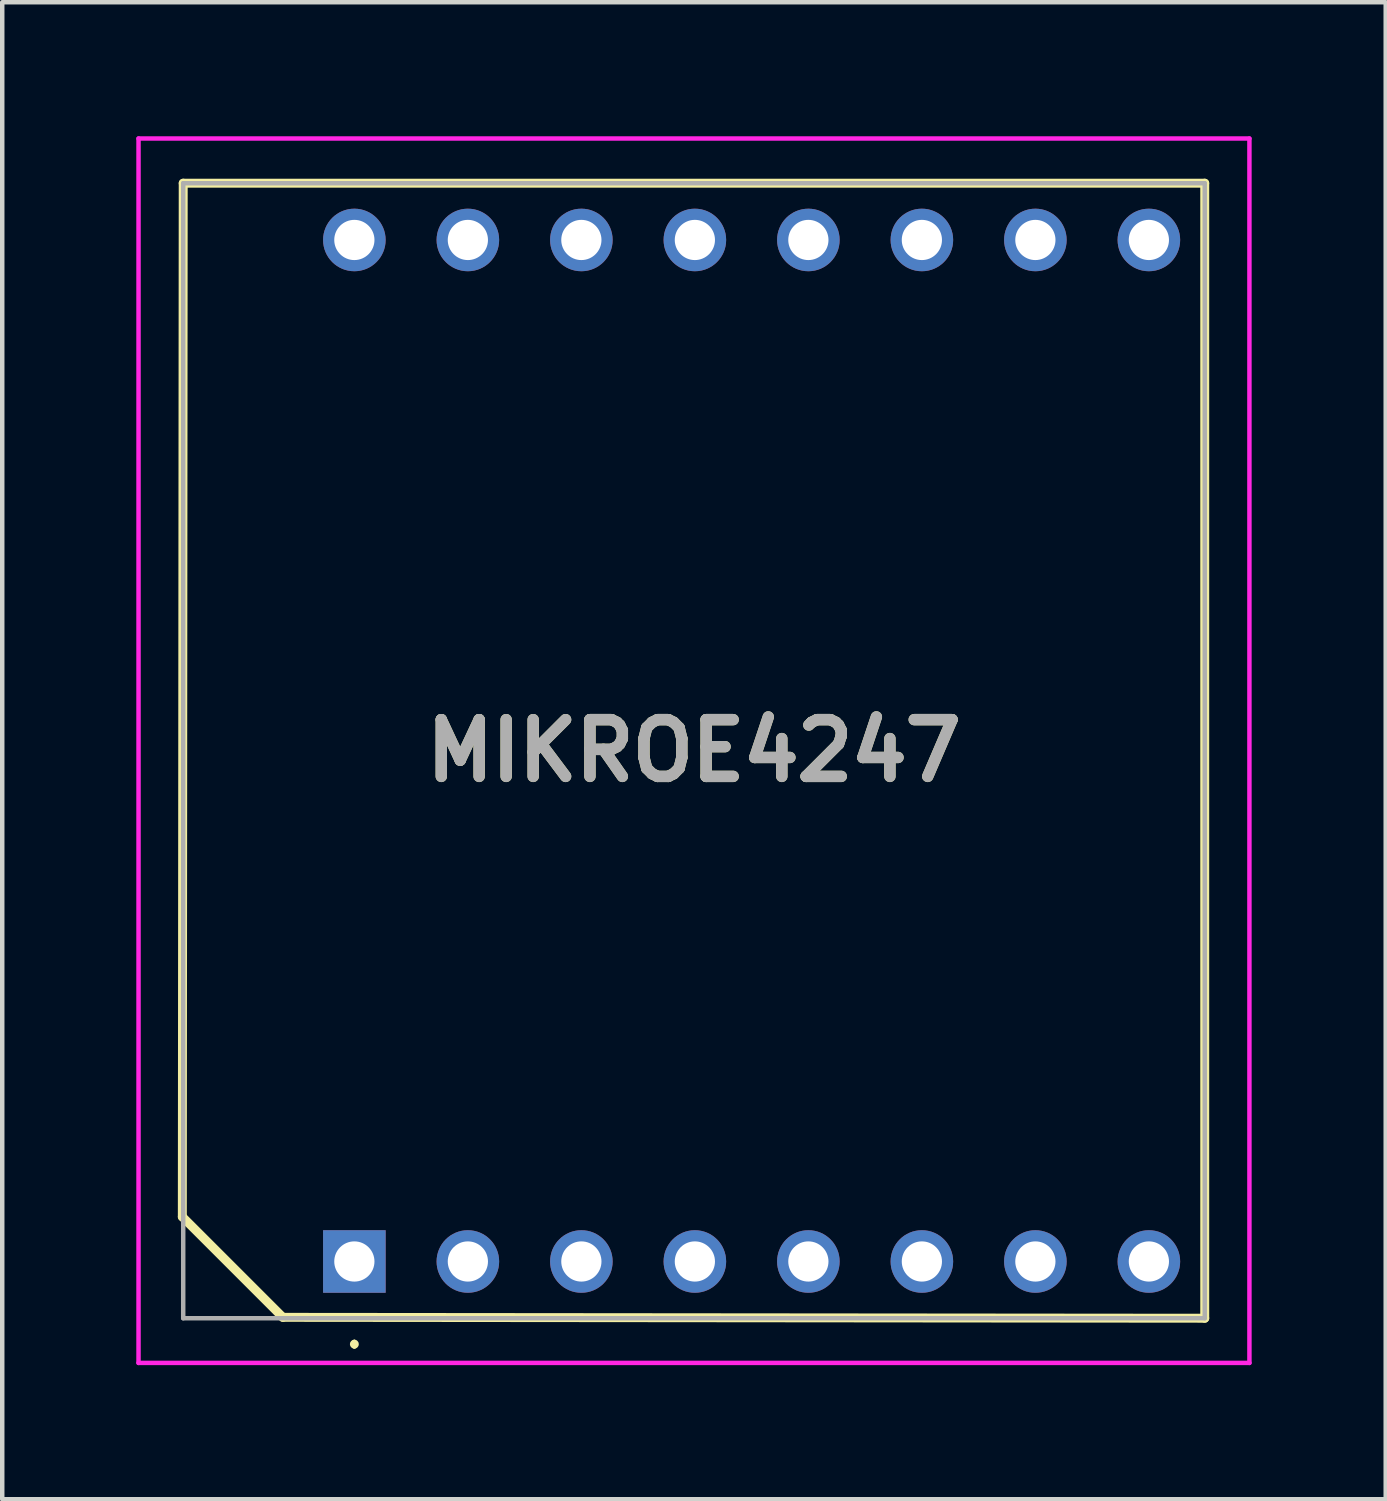
<source format=kicad_pcb>
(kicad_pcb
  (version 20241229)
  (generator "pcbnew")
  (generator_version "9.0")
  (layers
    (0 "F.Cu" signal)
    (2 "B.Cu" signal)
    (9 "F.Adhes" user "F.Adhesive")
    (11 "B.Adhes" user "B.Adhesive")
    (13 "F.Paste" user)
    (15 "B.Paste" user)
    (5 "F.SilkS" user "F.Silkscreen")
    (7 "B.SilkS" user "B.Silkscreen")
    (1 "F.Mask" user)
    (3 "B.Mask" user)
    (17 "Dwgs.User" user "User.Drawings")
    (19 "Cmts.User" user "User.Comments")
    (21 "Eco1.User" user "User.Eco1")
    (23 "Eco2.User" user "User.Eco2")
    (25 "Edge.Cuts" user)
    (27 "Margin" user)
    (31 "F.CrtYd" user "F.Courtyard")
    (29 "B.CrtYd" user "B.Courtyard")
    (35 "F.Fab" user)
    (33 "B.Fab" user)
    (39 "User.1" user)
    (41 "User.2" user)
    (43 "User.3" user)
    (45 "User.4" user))
  (footprint "MIKROE4247"
    (layer "F.Cu")
    (at 4.88 25.18)
    (property "Reference" "MIKROE4247" (at 7.6 -11.43 0) (layer "F.SilkS") (effects (font (size 1.27 1.27) (thickness 0.254))))
    (attr through_hole)
    (fp_line (start -3.85 -1) (end -3.83 -24.13) (stroke (width 0.2) (type solid)) (layer "F.SilkS"))
    (fp_line (start -3.85 -1) (end -1.6 1.25) (stroke (width 0.2) (type default)) (layer "F.SilkS"))
    (fp_line (start -3.83 -24.13) (end 19.03 -24.13) (stroke (width 0.2) (type solid)) (layer "F.SilkS"))
    (fp_line (start 0 1.8) (end 0 1.8) (stroke (width 0.1) (type solid)) (layer "F.SilkS"))
    (fp_line (start 0 1.9) (end 0 1.9) (stroke (width 0.1) (type solid)) (layer "F.SilkS"))
    (fp_line (start 19.03 -24.13) (end 19.03 1.27) (stroke (width 0.2) (type solid)) (layer "F.SilkS"))
    (fp_line (start 19.03 1.27) (end -1.6 1.25) (stroke (width 0.2) (type solid)) (layer "F.SilkS"))
    (fp_arc (start 0 1.8) (mid 0.05 1.85) (end 0 1.9) (stroke (width 0.1) (type solid)) (layer "F.SilkS"))
    (fp_arc (start 0 1.9) (mid -0.05 1.85) (end 0 1.8) (stroke (width 0.1) (type solid)) (layer "F.SilkS"))
    (fp_line (start -4.83 -25.13) (end 20.03 -25.13) (stroke (width 0.1) (type solid)) (layer "F.CrtYd"))
    (fp_line (start -4.83 2.27) (end -4.83 -25.13) (stroke (width 0.1) (type solid)) (layer "F.CrtYd"))
    (fp_line (start 20.03 -25.13) (end 20.03 2.27) (stroke (width 0.1) (type solid)) (layer "F.CrtYd"))
    (fp_line (start 20.03 2.27) (end -4.83 2.27) (stroke (width 0.1) (type solid)) (layer "F.CrtYd"))
    (fp_line (start -3.83 -24.13) (end 19.03 -24.13) (stroke (width 0.1) (type solid)) (layer "F.Fab"))
    (fp_line (start -3.83 1.27) (end -3.83 -24.13) (stroke (width 0.1) (type solid)) (layer "F.Fab"))
    (fp_line (start 19.03 -24.13) (end 19.03 1.27) (stroke (width 0.1) (type solid)) (layer "F.Fab"))
    (fp_line (start 19.03 1.27) (end -3.83 1.27) (stroke (width 0.1) (type solid)) (layer "F.Fab"))
    (fp_text user "${REFERENCE}" (at 7.6 -11.43 0) (layer "F.Fab") (effects (font (size 1.27 1.27) (thickness 0.254))))
    (pad "1" thru_hole rect (at 0 0) (size 1.4 1.4) (drill 0.9) (layers "*.Cu" "*.Mask"))
    (pad "2" thru_hole circle (at 2.54 0) (size 1.4 1.4) (drill 0.9) (layers "*.Cu" "*.Mask"))
    (pad "3" thru_hole circle (at 5.08 0) (size 1.4 1.4) (drill 0.9) (layers "*.Cu" "*.Mask"))
    (pad "4" thru_hole circle (at 7.62 0) (size 1.4 1.4) (drill 0.9) (layers "*.Cu" "*.Mask"))
    (pad "5" thru_hole circle (at 10.16 0) (size 1.4 1.4) (drill 0.9) (layers "*.Cu" "*.Mask"))
    (pad "6" thru_hole circle (at 12.7 0) (size 1.4 1.4) (drill 0.9) (layers "*.Cu" "*.Mask"))
    (pad "7" thru_hole circle (at 15.24 0) (size 1.4 1.4) (drill 0.9) (layers "*.Cu" "*.Mask"))
    (pad "8" thru_hole circle (at 17.78 0) (size 1.4 1.4) (drill 0.9) (layers "*.Cu" "*.Mask"))
    (pad "9" thru_hole circle (at 17.78 -22.86) (size 1.4 1.4) (drill 0.9) (layers "*.Cu" "*.Mask"))
    (pad "10" thru_hole circle (at 15.24 -22.86) (size 1.4 1.4) (drill 0.9) (layers "*.Cu" "*.Mask"))
    (pad "11" thru_hole circle (at 12.7 -22.86) (size 1.4 1.4) (drill 0.9) (layers "*.Cu" "*.Mask"))
    (pad "12" thru_hole circle (at 10.16 -22.86) (size 1.4 1.4) (drill 0.9) (layers "*.Cu" "*.Mask"))
    (pad "13" thru_hole circle (at 7.62 -22.86) (size 1.4 1.4) (drill 0.9) (layers "*.Cu" "*.Mask"))
    (pad "14" thru_hole circle (at 5.08 -22.86) (size 1.4 1.4) (drill 0.9) (layers "*.Cu" "*.Mask"))
    (pad "15" thru_hole circle (at 2.54 -22.86) (size 1.4 1.4) (drill 0.9) (layers "*.Cu" "*.Mask"))
    (pad "16" thru_hole circle (at 0 -22.86) (size 1.4 1.4) (drill 0.9) (layers "*.Cu" "*.Mask")))
  (gr_rect
    (start -3 -3)
    (end 27.96 30.5)
    (stroke (width 0.1) (type default))
    (fill no)
    (layer "Edge.Cuts")))
</source>
